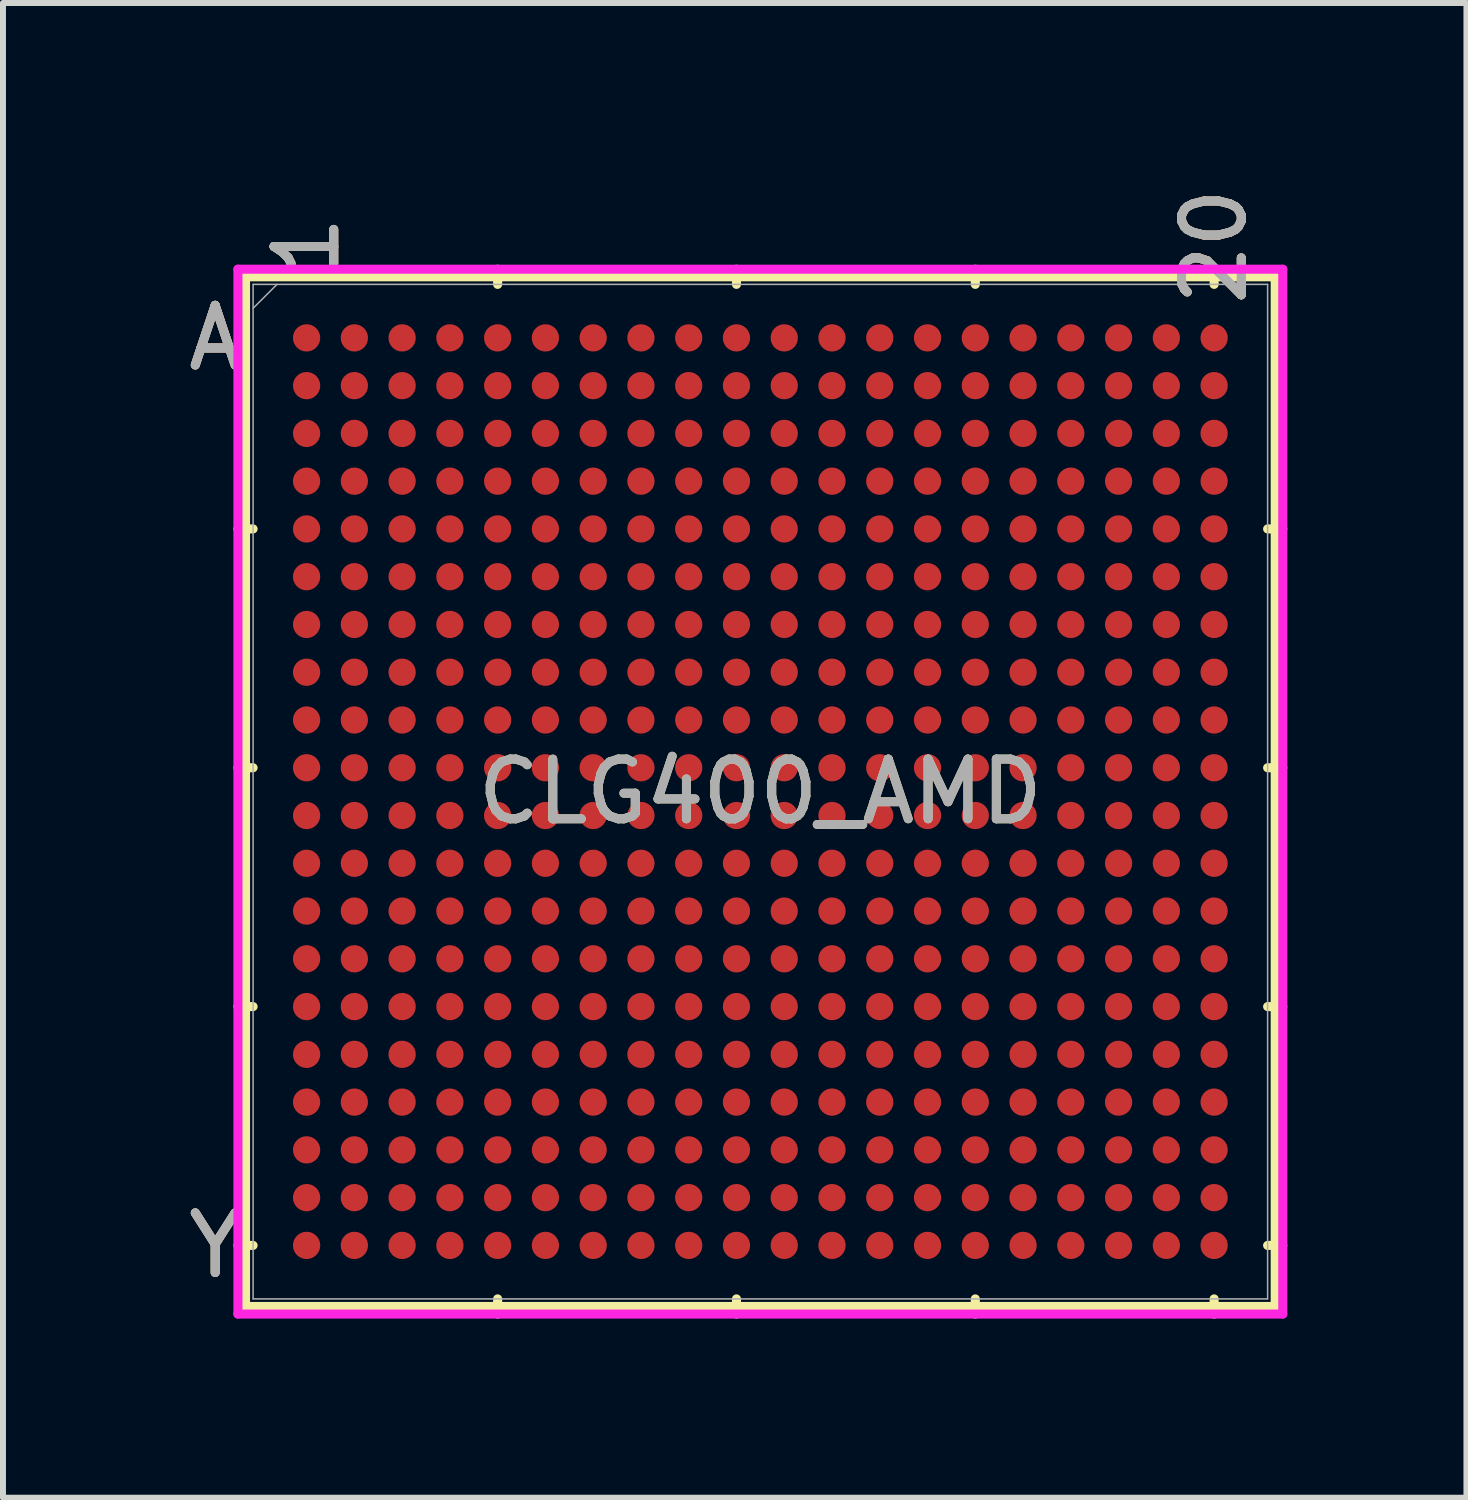
<source format=kicad_pcb>
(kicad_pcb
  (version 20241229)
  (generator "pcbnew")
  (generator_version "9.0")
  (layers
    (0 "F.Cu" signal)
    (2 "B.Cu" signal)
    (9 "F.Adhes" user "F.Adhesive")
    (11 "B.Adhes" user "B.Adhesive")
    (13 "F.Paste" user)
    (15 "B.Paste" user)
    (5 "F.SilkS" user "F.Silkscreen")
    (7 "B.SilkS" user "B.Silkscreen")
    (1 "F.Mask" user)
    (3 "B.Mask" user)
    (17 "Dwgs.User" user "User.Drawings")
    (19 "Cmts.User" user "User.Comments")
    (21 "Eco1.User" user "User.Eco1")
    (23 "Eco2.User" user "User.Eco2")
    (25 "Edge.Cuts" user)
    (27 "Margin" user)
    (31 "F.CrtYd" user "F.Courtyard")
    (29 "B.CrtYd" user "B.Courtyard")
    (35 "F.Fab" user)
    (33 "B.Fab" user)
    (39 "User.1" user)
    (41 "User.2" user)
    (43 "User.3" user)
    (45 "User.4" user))
  (footprint "CLG400_AMD"
    (layer "F.Cu")
    (at 9.685 10.209)
    (property "Reference" "CLG400_AMD" (at 0 0 0) (unlocked yes) (layer "F.SilkS") (effects (font (size 1 1) (thickness 0.15))))
    (attr smd)
    (fp_line (start -8.623 -8.623) (end -8.623 8.623) (stroke (width 0.152) (type solid)) (layer "F.SilkS"))
    (fp_line (start -8.623 8.623) (end 8.623 8.623) (stroke (width 0.152) (type solid)) (layer "F.SilkS"))
    (fp_line (start -8.496 -4.4) (end -8.75 -4.4) (stroke (width 0.152) (type solid)) (layer "F.SilkS"))
    (fp_line (start -8.496 -0.4) (end -8.75 -0.4) (stroke (width 0.152) (type solid)) (layer "F.SilkS"))
    (fp_line (start -8.496 3.6) (end -8.75 3.6) (stroke (width 0.152) (type solid)) (layer "F.SilkS"))
    (fp_line (start -8.496 7.6) (end -8.75 7.6) (stroke (width 0.152) (type solid)) (layer "F.SilkS"))
    (fp_line (start -4.4 -8.496) (end -4.4 -8.75) (stroke (width 0.152) (type solid)) (layer "F.SilkS"))
    (fp_line (start -4.4 8.496) (end -4.4 8.75) (stroke (width 0.152) (type solid)) (layer "F.SilkS"))
    (fp_line (start -0.4 -8.496) (end -0.4 -8.75) (stroke (width 0.152) (type solid)) (layer "F.SilkS"))
    (fp_line (start -0.4 8.496) (end -0.4 8.75) (stroke (width 0.152) (type solid)) (layer "F.SilkS"))
    (fp_line (start 3.6 -8.496) (end 3.6 -8.75) (stroke (width 0.152) (type solid)) (layer "F.SilkS"))
    (fp_line (start 3.6 8.496) (end 3.6 8.75) (stroke (width 0.152) (type solid)) (layer "F.SilkS"))
    (fp_line (start 7.6 -8.496) (end 7.6 -8.75) (stroke (width 0.152) (type solid)) (layer "F.SilkS"))
    (fp_line (start 7.6 8.496) (end 7.6 8.75) (stroke (width 0.152) (type solid)) (layer "F.SilkS"))
    (fp_line (start 8.496 -4.4) (end 8.75 -4.4) (stroke (width 0.152) (type solid)) (layer "F.SilkS"))
    (fp_line (start 8.496 -0.4) (end 8.75 -0.4) (stroke (width 0.152) (type solid)) (layer "F.SilkS"))
    (fp_line (start 8.496 3.6) (end 8.75 3.6) (stroke (width 0.152) (type solid)) (layer "F.SilkS"))
    (fp_line (start 8.496 7.6) (end 8.75 7.6) (stroke (width 0.152) (type solid)) (layer "F.SilkS"))
    (fp_line (start 8.623 -8.623) (end -8.623 -8.623) (stroke (width 0.152) (type solid)) (layer "F.SilkS"))
    (fp_line (start 8.623 8.623) (end 8.623 -8.623) (stroke (width 0.152) (type solid)) (layer "F.SilkS"))
    (fp_poly (pts (xy -8.444 -8.444) (xy 8.444 -8.444) (xy 8.444 8.444) (xy -8.444 8.444)) (stroke (width 0.1) (type solid)) (fill no) (layer "Eco2.User"))
    (fp_line (start -8.75 -8.75) (end 8.75 -8.75) (stroke (width 0.152) (type solid)) (layer "F.CrtYd"))
    (fp_line (start -8.75 8.75) (end -8.75 -8.75) (stroke (width 0.152) (type solid)) (layer "F.CrtYd"))
    (fp_line (start 8.75 -8.75) (end 8.75 8.75) (stroke (width 0.152) (type solid)) (layer "F.CrtYd"))
    (fp_line (start 8.75 8.75) (end -8.75 8.75) (stroke (width 0.152) (type solid)) (layer "F.CrtYd"))
    (fp_line (start -8.496 -8.496) (end -8.496 8.496) (stroke (width 0.025) (type solid)) (layer "F.Fab"))
    (fp_line (start -8.496 8.496) (end 8.496 8.496) (stroke (width 0.025) (type solid)) (layer "F.Fab"))
    (fp_line (start -8.096 -8.496) (end -8.496 -8.096) (stroke (width 0.025) (type solid)) (layer "F.Fab"))
    (fp_line (start 8.496 -8.496) (end -8.496 -8.496) (stroke (width 0.025) (type solid)) (layer "F.Fab"))
    (fp_line (start 8.496 8.496) (end 8.496 -8.496) (stroke (width 0.025) (type solid)) (layer "F.Fab"))
    (fp_text user "Y" (at -9.131 7.6 0) (unlocked yes) (layer "F.SilkS") (effects (font (size 1 1) (thickness 0.15))))
    (fp_text user "A" (at -9.131 -7.6 0) (unlocked yes) (layer "F.SilkS") (effects (font (size 1 1) (thickness 0.15))))
    (fp_text user "20" (at 7.6 -9.131 90) (unlocked yes) (layer "F.SilkS") (effects (font (size 1 1) (thickness 0.15))))
    (fp_text user "1" (at -7.6 -9.131 90) (unlocked yes) (layer "F.SilkS") (effects (font (size 1 1) (thickness 0.15))))
    (fp_text user "Y" (at -9.131 7.6 0) (unlocked yes) (layer "B.SilkS") (effects (font (size 1 1) (thickness 0.15))))
    (fp_text user "1" (at -7.6 -9.131 90) (unlocked yes) (layer "B.SilkS") (effects (font (size 1 1) (thickness 0.15))))
    (fp_text user "20" (at 7.6 -9.131 90) (unlocked yes) (layer "B.SilkS") (effects (font (size 1 1) (thickness 0.15))))
    (fp_text user "A" (at -9.131 -7.6 0) (unlocked yes) (layer "B.SilkS") (effects (font (size 1 1) (thickness 0.15))))
    (fp_text user "${REFERENCE}" (at 0 0 0) (unlocked yes) (layer "F.Fab") (effects (font (size 1 1) (thickness 0.15))))
    (fp_text user "A" (at -9.131 -7.6 0) (unlocked yes) (layer "F.Fab") (effects (font (size 1 1) (thickness 0.15))))
    (fp_text user "20" (at 7.6 -9.131 90) (unlocked yes) (layer "F.Fab") (effects (font (size 1 1) (thickness 0.15))))
    (fp_text user "Y" (at -9.131 7.6 0) (unlocked yes) (layer "F.Fab") (effects (font (size 1 1) (thickness 0.15))))
    (fp_text user "1" (at -7.6 -9.131 90) (unlocked yes) (layer "F.Fab") (effects (font (size 1 1) (thickness 0.15))))
    (pad "A1" smd circle (at -7.6 -7.6) (size 0.457 0.457) (layers "F.Cu" "F.Mask" "F.Paste"))
    (pad "A2" smd circle (at -6.8 -7.6) (size 0.457 0.457) (layers "F.Cu" "F.Mask" "F.Paste"))
    (pad "A3" smd circle (at -6 -7.6) (size 0.457 0.457) (layers "F.Cu" "F.Mask" "F.Paste"))
    (pad "A4" smd circle (at -5.2 -7.6) (size 0.457 0.457) (layers "F.Cu" "F.Mask" "F.Paste"))
    (pad "A5" smd circle (at -4.4 -7.6) (size 0.457 0.457) (layers "F.Cu" "F.Mask" "F.Paste"))
    (pad "A6" smd circle (at -3.6 -7.6) (size 0.457 0.457) (layers "F.Cu" "F.Mask" "F.Paste"))
    (pad "A7" smd circle (at -2.8 -7.6) (size 0.457 0.457) (layers "F.Cu" "F.Mask" "F.Paste"))
    (pad "A8" smd circle (at -2 -7.6) (size 0.457 0.457) (layers "F.Cu" "F.Mask" "F.Paste"))
    (pad "A9" smd circle (at -1.2 -7.6) (size 0.457 0.457) (layers "F.Cu" "F.Mask" "F.Paste"))
    (pad "A10" smd circle (at -0.4 -7.6) (size 0.457 0.457) (layers "F.Cu" "F.Mask" "F.Paste"))
    (pad "A11" smd circle (at 0.4 -7.6) (size 0.457 0.457) (layers "F.Cu" "F.Mask" "F.Paste"))
    (pad "A12" smd circle (at 1.2 -7.6) (size 0.457 0.457) (layers "F.Cu" "F.Mask" "F.Paste"))
    (pad "A13" smd circle (at 2 -7.6) (size 0.457 0.457) (layers "F.Cu" "F.Mask" "F.Paste"))
    (pad "A14" smd circle (at 2.8 -7.6) (size 0.457 0.457) (layers "F.Cu" "F.Mask" "F.Paste"))
    (pad "A15" smd circle (at 3.6 -7.6) (size 0.457 0.457) (layers "F.Cu" "F.Mask" "F.Paste"))
    (pad "A16" smd circle (at 4.4 -7.6) (size 0.457 0.457) (layers "F.Cu" "F.Mask" "F.Paste"))
    (pad "A17" smd circle (at 5.2 -7.6) (size 0.457 0.457) (layers "F.Cu" "F.Mask" "F.Paste"))
    (pad "A18" smd circle (at 6 -7.6) (size 0.457 0.457) (layers "F.Cu" "F.Mask" "F.Paste"))
    (pad "A19" smd circle (at 6.8 -7.6) (size 0.457 0.457) (layers "F.Cu" "F.Mask" "F.Paste"))
    (pad "A20" smd circle (at 7.6 -7.6) (size 0.457 0.457) (layers "F.Cu" "F.Mask" "F.Paste"))
    (pad "B1" smd circle (at -7.6 -6.8) (size 0.457 0.457) (layers "F.Cu" "F.Mask" "F.Paste"))
    (pad "B2" smd circle (at -6.8 -6.8) (size 0.457 0.457) (layers "F.Cu" "F.Mask" "F.Paste"))
    (pad "B3" smd circle (at -6 -6.8) (size 0.457 0.457) (layers "F.Cu" "F.Mask" "F.Paste"))
    (pad "B4" smd circle (at -5.2 -6.8) (size 0.457 0.457) (layers "F.Cu" "F.Mask" "F.Paste"))
    (pad "B5" smd circle (at -4.4 -6.8) (size 0.457 0.457) (layers "F.Cu" "F.Mask" "F.Paste"))
    (pad "B6" smd circle (at -3.6 -6.8) (size 0.457 0.457) (layers "F.Cu" "F.Mask" "F.Paste"))
    (pad "B7" smd circle (at -2.8 -6.8) (size 0.457 0.457) (layers "F.Cu" "F.Mask" "F.Paste"))
    (pad "B8" smd circle (at -2 -6.8) (size 0.457 0.457) (layers "F.Cu" "F.Mask" "F.Paste"))
    (pad "B9" smd circle (at -1.2 -6.8) (size 0.457 0.457) (layers "F.Cu" "F.Mask" "F.Paste"))
    (pad "B10" smd circle (at -0.4 -6.8) (size 0.457 0.457) (layers "F.Cu" "F.Mask" "F.Paste"))
    (pad "B11" smd circle (at 0.4 -6.8) (size 0.457 0.457) (layers "F.Cu" "F.Mask" "F.Paste"))
    (pad "B12" smd circle (at 1.2 -6.8) (size 0.457 0.457) (layers "F.Cu" "F.Mask" "F.Paste"))
    (pad "B13" smd circle (at 2 -6.8) (size 0.457 0.457) (layers "F.Cu" "F.Mask" "F.Paste"))
    (pad "B14" smd circle (at 2.8 -6.8) (size 0.457 0.457) (layers "F.Cu" "F.Mask" "F.Paste"))
    (pad "B15" smd circle (at 3.6 -6.8) (size 0.457 0.457) (layers "F.Cu" "F.Mask" "F.Paste"))
    (pad "B16" smd circle (at 4.4 -6.8) (size 0.457 0.457) (layers "F.Cu" "F.Mask" "F.Paste"))
    (pad "B17" smd circle (at 5.2 -6.8) (size 0.457 0.457) (layers "F.Cu" "F.Mask" "F.Paste"))
    (pad "B18" smd circle (at 6 -6.8) (size 0.457 0.457) (layers "F.Cu" "F.Mask" "F.Paste"))
    (pad "B19" smd circle (at 6.8 -6.8) (size 0.457 0.457) (layers "F.Cu" "F.Mask" "F.Paste"))
    (pad "B20" smd circle (at 7.6 -6.8) (size 0.457 0.457) (layers "F.Cu" "F.Mask" "F.Paste"))
    (pad "C1" smd circle (at -7.6 -6) (size 0.457 0.457) (layers "F.Cu" "F.Mask" "F.Paste"))
    (pad "C2" smd circle (at -6.8 -6) (size 0.457 0.457) (layers "F.Cu" "F.Mask" "F.Paste"))
    (pad "C3" smd circle (at -6 -6) (size 0.457 0.457) (layers "F.Cu" "F.Mask" "F.Paste"))
    (pad "C4" smd circle (at -5.2 -6) (size 0.457 0.457) (layers "F.Cu" "F.Mask" "F.Paste"))
    (pad "C5" smd circle (at -4.4 -6) (size 0.457 0.457) (layers "F.Cu" "F.Mask" "F.Paste"))
    (pad "C6" smd circle (at -3.6 -6) (size 0.457 0.457) (layers "F.Cu" "F.Mask" "F.Paste"))
    (pad "C7" smd circle (at -2.8 -6) (size 0.457 0.457) (layers "F.Cu" "F.Mask" "F.Paste"))
    (pad "C8" smd circle (at -2 -6) (size 0.457 0.457) (layers "F.Cu" "F.Mask" "F.Paste"))
    (pad "C9" smd circle (at -1.2 -6) (size 0.457 0.457) (layers "F.Cu" "F.Mask" "F.Paste"))
    (pad "C10" smd circle (at -0.4 -6) (size 0.457 0.457) (layers "F.Cu" "F.Mask" "F.Paste"))
    (pad "C11" smd circle (at 0.4 -6) (size 0.457 0.457) (layers "F.Cu" "F.Mask" "F.Paste"))
    (pad "C12" smd circle (at 1.2 -6) (size 0.457 0.457) (layers "F.Cu" "F.Mask" "F.Paste"))
    (pad "C13" smd circle (at 2 -6) (size 0.457 0.457) (layers "F.Cu" "F.Mask" "F.Paste"))
    (pad "C14" smd circle (at 2.8 -6) (size 0.457 0.457) (layers "F.Cu" "F.Mask" "F.Paste"))
    (pad "C15" smd circle (at 3.6 -6) (size 0.457 0.457) (layers "F.Cu" "F.Mask" "F.Paste"))
    (pad "C16" smd circle (at 4.4 -6) (size 0.457 0.457) (layers "F.Cu" "F.Mask" "F.Paste"))
    (pad "C17" smd circle (at 5.2 -6) (size 0.457 0.457) (layers "F.Cu" "F.Mask" "F.Paste"))
    (pad "C18" smd circle (at 6 -6) (size 0.457 0.457) (layers "F.Cu" "F.Mask" "F.Paste"))
    (pad "C19" smd circle (at 6.8 -6) (size 0.457 0.457) (layers "F.Cu" "F.Mask" "F.Paste"))
    (pad "C20" smd circle (at 7.6 -6) (size 0.457 0.457) (layers "F.Cu" "F.Mask" "F.Paste"))
    (pad "D1" smd circle (at -7.6 -5.2) (size 0.457 0.457) (layers "F.Cu" "F.Mask" "F.Paste"))
    (pad "D2" smd circle (at -6.8 -5.2) (size 0.457 0.457) (layers "F.Cu" "F.Mask" "F.Paste"))
    (pad "D3" smd circle (at -6 -5.2) (size 0.457 0.457) (layers "F.Cu" "F.Mask" "F.Paste"))
    (pad "D4" smd circle (at -5.2 -5.2) (size 0.457 0.457) (layers "F.Cu" "F.Mask" "F.Paste"))
    (pad "D5" smd circle (at -4.4 -5.2) (size 0.457 0.457) (layers "F.Cu" "F.Mask" "F.Paste"))
    (pad "D6" smd circle (at -3.6 -5.2) (size 0.457 0.457) (layers "F.Cu" "F.Mask" "F.Paste"))
    (pad "D7" smd circle (at -2.8 -5.2) (size 0.457 0.457) (layers "F.Cu" "F.Mask" "F.Paste"))
    (pad "D8" smd circle (at -2 -5.2) (size 0.457 0.457) (layers "F.Cu" "F.Mask" "F.Paste"))
    (pad "D9" smd circle (at -1.2 -5.2) (size 0.457 0.457) (layers "F.Cu" "F.Mask" "F.Paste"))
    (pad "D10" smd circle (at -0.4 -5.2) (size 0.457 0.457) (layers "F.Cu" "F.Mask" "F.Paste"))
    (pad "D11" smd circle (at 0.4 -5.2) (size 0.457 0.457) (layers "F.Cu" "F.Mask" "F.Paste"))
    (pad "D12" smd circle (at 1.2 -5.2) (size 0.457 0.457) (layers "F.Cu" "F.Mask" "F.Paste"))
    (pad "D13" smd circle (at 2 -5.2) (size 0.457 0.457) (layers "F.Cu" "F.Mask" "F.Paste"))
    (pad "D14" smd circle (at 2.8 -5.2) (size 0.457 0.457) (layers "F.Cu" "F.Mask" "F.Paste"))
    (pad "D15" smd circle (at 3.6 -5.2) (size 0.457 0.457) (layers "F.Cu" "F.Mask" "F.Paste"))
    (pad "D16" smd circle (at 4.4 -5.2) (size 0.457 0.457) (layers "F.Cu" "F.Mask" "F.Paste"))
    (pad "D17" smd circle (at 5.2 -5.2) (size 0.457 0.457) (layers "F.Cu" "F.Mask" "F.Paste"))
    (pad "D18" smd circle (at 6 -5.2) (size 0.457 0.457) (layers "F.Cu" "F.Mask" "F.Paste"))
    (pad "D19" smd circle (at 6.8 -5.2) (size 0.457 0.457) (layers "F.Cu" "F.Mask" "F.Paste"))
    (pad "D20" smd circle (at 7.6 -5.2) (size 0.457 0.457) (layers "F.Cu" "F.Mask" "F.Paste"))
    (pad "E1" smd circle (at -7.6 -4.4) (size 0.457 0.457) (layers "F.Cu" "F.Mask" "F.Paste"))
    (pad "E2" smd circle (at -6.8 -4.4) (size 0.457 0.457) (layers "F.Cu" "F.Mask" "F.Paste"))
    (pad "E3" smd circle (at -6 -4.4) (size 0.457 0.457) (layers "F.Cu" "F.Mask" "F.Paste"))
    (pad "E4" smd circle (at -5.2 -4.4) (size 0.457 0.457) (layers "F.Cu" "F.Mask" "F.Paste"))
    (pad "E5" smd circle (at -4.4 -4.4) (size 0.457 0.457) (layers "F.Cu" "F.Mask" "F.Paste"))
    (pad "E6" smd circle (at -3.6 -4.4) (size 0.457 0.457) (layers "F.Cu" "F.Mask" "F.Paste"))
    (pad "E7" smd circle (at -2.8 -4.4) (size 0.457 0.457) (layers "F.Cu" "F.Mask" "F.Paste"))
    (pad "E8" smd circle (at -2 -4.4) (size 0.457 0.457) (layers "F.Cu" "F.Mask" "F.Paste"))
    (pad "E9" smd circle (at -1.2 -4.4) (size 0.457 0.457) (layers "F.Cu" "F.Mask" "F.Paste"))
    (pad "E10" smd circle (at -0.4 -4.4) (size 0.457 0.457) (layers "F.Cu" "F.Mask" "F.Paste"))
    (pad "E11" smd circle (at 0.4 -4.4) (size 0.457 0.457) (layers "F.Cu" "F.Mask" "F.Paste"))
    (pad "E12" smd circle (at 1.2 -4.4) (size 0.457 0.457) (layers "F.Cu" "F.Mask" "F.Paste"))
    (pad "E13" smd circle (at 2 -4.4) (size 0.457 0.457) (layers "F.Cu" "F.Mask" "F.Paste"))
    (pad "E14" smd circle (at 2.8 -4.4) (size 0.457 0.457) (layers "F.Cu" "F.Mask" "F.Paste"))
    (pad "E15" smd circle (at 3.6 -4.4) (size 0.457 0.457) (layers "F.Cu" "F.Mask" "F.Paste"))
    (pad "E16" smd circle (at 4.4 -4.4) (size 0.457 0.457) (layers "F.Cu" "F.Mask" "F.Paste"))
    (pad "E17" smd circle (at 5.2 -4.4) (size 0.457 0.457) (layers "F.Cu" "F.Mask" "F.Paste"))
    (pad "E18" smd circle (at 6 -4.4) (size 0.457 0.457) (layers "F.Cu" "F.Mask" "F.Paste"))
    (pad "E19" smd circle (at 6.8 -4.4) (size 0.457 0.457) (layers "F.Cu" "F.Mask" "F.Paste"))
    (pad "E20" smd circle (at 7.6 -4.4) (size 0.457 0.457) (layers "F.Cu" "F.Mask" "F.Paste"))
    (pad "F1" smd circle (at -7.6 -3.6) (size 0.457 0.457) (layers "F.Cu" "F.Mask" "F.Paste"))
    (pad "F2" smd circle (at -6.8 -3.6) (size 0.457 0.457) (layers "F.Cu" "F.Mask" "F.Paste"))
    (pad "F3" smd circle (at -6 -3.6) (size 0.457 0.457) (layers "F.Cu" "F.Mask" "F.Paste"))
    (pad "F4" smd circle (at -5.2 -3.6) (size 0.457 0.457) (layers "F.Cu" "F.Mask" "F.Paste"))
    (pad "F5" smd circle (at -4.4 -3.6) (size 0.457 0.457) (layers "F.Cu" "F.Mask" "F.Paste"))
    (pad "F6" smd circle (at -3.6 -3.6) (size 0.457 0.457) (layers "F.Cu" "F.Mask" "F.Paste"))
    (pad "F7" smd circle (at -2.8 -3.6) (size 0.457 0.457) (layers "F.Cu" "F.Mask" "F.Paste"))
    (pad "F8" smd circle (at -2 -3.6) (size 0.457 0.457) (layers "F.Cu" "F.Mask" "F.Paste"))
    (pad "F9" smd circle (at -1.2 -3.6) (size 0.457 0.457) (layers "F.Cu" "F.Mask" "F.Paste"))
    (pad "F10" smd circle (at -0.4 -3.6) (size 0.457 0.457) (layers "F.Cu" "F.Mask" "F.Paste"))
    (pad "F11" smd circle (at 0.4 -3.6) (size 0.457 0.457) (layers "F.Cu" "F.Mask" "F.Paste"))
    (pad "F12" smd circle (at 1.2 -3.6) (size 0.457 0.457) (layers "F.Cu" "F.Mask" "F.Paste"))
    (pad "F13" smd circle (at 2 -3.6) (size 0.457 0.457) (layers "F.Cu" "F.Mask" "F.Paste"))
    (pad "F14" smd circle (at 2.8 -3.6) (size 0.457 0.457) (layers "F.Cu" "F.Mask" "F.Paste"))
    (pad "F15" smd circle (at 3.6 -3.6) (size 0.457 0.457) (layers "F.Cu" "F.Mask" "F.Paste"))
    (pad "F16" smd circle (at 4.4 -3.6) (size 0.457 0.457) (layers "F.Cu" "F.Mask" "F.Paste"))
    (pad "F17" smd circle (at 5.2 -3.6) (size 0.457 0.457) (layers "F.Cu" "F.Mask" "F.Paste"))
    (pad "F18" smd circle (at 6 -3.6) (size 0.457 0.457) (layers "F.Cu" "F.Mask" "F.Paste"))
    (pad "F19" smd circle (at 6.8 -3.6) (size 0.457 0.457) (layers "F.Cu" "F.Mask" "F.Paste"))
    (pad "F20" smd circle (at 7.6 -3.6) (size 0.457 0.457) (layers "F.Cu" "F.Mask" "F.Paste"))
    (pad "G1" smd circle (at -7.6 -2.8) (size 0.457 0.457) (layers "F.Cu" "F.Mask" "F.Paste"))
    (pad "G2" smd circle (at -6.8 -2.8) (size 0.457 0.457) (layers "F.Cu" "F.Mask" "F.Paste"))
    (pad "G3" smd circle (at -6 -2.8) (size 0.457 0.457) (layers "F.Cu" "F.Mask" "F.Paste"))
    (pad "G4" smd circle (at -5.2 -2.8) (size 0.457 0.457) (layers "F.Cu" "F.Mask" "F.Paste"))
    (pad "G5" smd circle (at -4.4 -2.8) (size 0.457 0.457) (layers "F.Cu" "F.Mask" "F.Paste"))
    (pad "G6" smd circle (at -3.6 -2.8) (size 0.457 0.457) (layers "F.Cu" "F.Mask" "F.Paste"))
    (pad "G7" smd circle (at -2.8 -2.8) (size 0.457 0.457) (layers "F.Cu" "F.Mask" "F.Paste"))
    (pad "G8" smd circle (at -2 -2.8) (size 0.457 0.457) (layers "F.Cu" "F.Mask" "F.Paste"))
    (pad "G9" smd circle (at -1.2 -2.8) (size 0.457 0.457) (layers "F.Cu" "F.Mask" "F.Paste"))
    (pad "G10" smd circle (at -0.4 -2.8) (size 0.457 0.457) (layers "F.Cu" "F.Mask" "F.Paste"))
    (pad "G11" smd circle (at 0.4 -2.8) (size 0.457 0.457) (layers "F.Cu" "F.Mask" "F.Paste"))
    (pad "G12" smd circle (at 1.2 -2.8) (size 0.457 0.457) (layers "F.Cu" "F.Mask" "F.Paste"))
    (pad "G13" smd circle (at 2 -2.8) (size 0.457 0.457) (layers "F.Cu" "F.Mask" "F.Paste"))
    (pad "G14" smd circle (at 2.8 -2.8) (size 0.457 0.457) (layers "F.Cu" "F.Mask" "F.Paste"))
    (pad "G15" smd circle (at 3.6 -2.8) (size 0.457 0.457) (layers "F.Cu" "F.Mask" "F.Paste"))
    (pad "G16" smd circle (at 4.4 -2.8) (size 0.457 0.457) (layers "F.Cu" "F.Mask" "F.Paste"))
    (pad "G17" smd circle (at 5.2 -2.8) (size 0.457 0.457) (layers "F.Cu" "F.Mask" "F.Paste"))
    (pad "G18" smd circle (at 6 -2.8) (size 0.457 0.457) (layers "F.Cu" "F.Mask" "F.Paste"))
    (pad "G19" smd circle (at 6.8 -2.8) (size 0.457 0.457) (layers "F.Cu" "F.Mask" "F.Paste"))
    (pad "G20" smd circle (at 7.6 -2.8) (size 0.457 0.457) (layers "F.Cu" "F.Mask" "F.Paste"))
    (pad "H1" smd circle (at -7.6 -2) (size 0.457 0.457) (layers "F.Cu" "F.Mask" "F.Paste"))
    (pad "H2" smd circle (at -6.8 -2) (size 0.457 0.457) (layers "F.Cu" "F.Mask" "F.Paste"))
    (pad "H3" smd circle (at -6 -2) (size 0.457 0.457) (layers "F.Cu" "F.Mask" "F.Paste"))
    (pad "H4" smd circle (at -5.2 -2) (size 0.457 0.457) (layers "F.Cu" "F.Mask" "F.Paste"))
    (pad "H5" smd circle (at -4.4 -2) (size 0.457 0.457) (layers "F.Cu" "F.Mask" "F.Paste"))
    (pad "H6" smd circle (at -3.6 -2) (size 0.457 0.457) (layers "F.Cu" "F.Mask" "F.Paste"))
    (pad "H7" smd circle (at -2.8 -2) (size 0.457 0.457) (layers "F.Cu" "F.Mask" "F.Paste"))
    (pad "H8" smd circle (at -2 -2) (size 0.457 0.457) (layers "F.Cu" "F.Mask" "F.Paste"))
    (pad "H9" smd circle (at -1.2 -2) (size 0.457 0.457) (layers "F.Cu" "F.Mask" "F.Paste"))
    (pad "H10" smd circle (at -0.4 -2) (size 0.457 0.457) (layers "F.Cu" "F.Mask" "F.Paste"))
    (pad "H11" smd circle (at 0.4 -2) (size 0.457 0.457) (layers "F.Cu" "F.Mask" "F.Paste"))
    (pad "H12" smd circle (at 1.2 -2) (size 0.457 0.457) (layers "F.Cu" "F.Mask" "F.Paste"))
    (pad "H13" smd circle (at 2 -2) (size 0.457 0.457) (layers "F.Cu" "F.Mask" "F.Paste"))
    (pad "H14" smd circle (at 2.8 -2) (size 0.457 0.457) (layers "F.Cu" "F.Mask" "F.Paste"))
    (pad "H15" smd circle (at 3.6 -2) (size 0.457 0.457) (layers "F.Cu" "F.Mask" "F.Paste"))
    (pad "H16" smd circle (at 4.4 -2) (size 0.457 0.457) (layers "F.Cu" "F.Mask" "F.Paste"))
    (pad "H17" smd circle (at 5.2 -2) (size 0.457 0.457) (layers "F.Cu" "F.Mask" "F.Paste"))
    (pad "H18" smd circle (at 6 -2) (size 0.457 0.457) (layers "F.Cu" "F.Mask" "F.Paste"))
    (pad "H19" smd circle (at 6.8 -2) (size 0.457 0.457) (layers "F.Cu" "F.Mask" "F.Paste"))
    (pad "H20" smd circle (at 7.6 -2) (size 0.457 0.457) (layers "F.Cu" "F.Mask" "F.Paste"))
    (pad "J1" smd circle (at -7.6 -1.2) (size 0.457 0.457) (layers "F.Cu" "F.Mask" "F.Paste"))
    (pad "J2" smd circle (at -6.8 -1.2) (size 0.457 0.457) (layers "F.Cu" "F.Mask" "F.Paste"))
    (pad "J3" smd circle (at -6 -1.2) (size 0.457 0.457) (layers "F.Cu" "F.Mask" "F.Paste"))
    (pad "J4" smd circle (at -5.2 -1.2) (size 0.457 0.457) (layers "F.Cu" "F.Mask" "F.Paste"))
    (pad "J5" smd circle (at -4.4 -1.2) (size 0.457 0.457) (layers "F.Cu" "F.Mask" "F.Paste"))
    (pad "J6" smd circle (at -3.6 -1.2) (size 0.457 0.457) (layers "F.Cu" "F.Mask" "F.Paste"))
    (pad "J7" smd circle (at -2.8 -1.2) (size 0.457 0.457) (layers "F.Cu" "F.Mask" "F.Paste"))
    (pad "J8" smd circle (at -2 -1.2) (size 0.457 0.457) (layers "F.Cu" "F.Mask" "F.Paste"))
    (pad "J9" smd circle (at -1.2 -1.2) (size 0.457 0.457) (layers "F.Cu" "F.Mask" "F.Paste"))
    (pad "J10" smd circle (at -0.4 -1.2) (size 0.457 0.457) (layers "F.Cu" "F.Mask" "F.Paste"))
    (pad "J11" smd circle (at 0.4 -1.2) (size 0.457 0.457) (layers "F.Cu" "F.Mask" "F.Paste"))
    (pad "J12" smd circle (at 1.2 -1.2) (size 0.457 0.457) (layers "F.Cu" "F.Mask" "F.Paste"))
    (pad "J13" smd circle (at 2 -1.2) (size 0.457 0.457) (layers "F.Cu" "F.Mask" "F.Paste"))
    (pad "J14" smd circle (at 2.8 -1.2) (size 0.457 0.457) (layers "F.Cu" "F.Mask" "F.Paste"))
    (pad "J15" smd circle (at 3.6 -1.2) (size 0.457 0.457) (layers "F.Cu" "F.Mask" "F.Paste"))
    (pad "J16" smd circle (at 4.4 -1.2) (size 0.457 0.457) (layers "F.Cu" "F.Mask" "F.Paste"))
    (pad "J17" smd circle (at 5.2 -1.2) (size 0.457 0.457) (layers "F.Cu" "F.Mask" "F.Paste"))
    (pad "J18" smd circle (at 6 -1.2) (size 0.457 0.457) (layers "F.Cu" "F.Mask" "F.Paste"))
    (pad "J19" smd circle (at 6.8 -1.2) (size 0.457 0.457) (layers "F.Cu" "F.Mask" "F.Paste"))
    (pad "J20" smd circle (at 7.6 -1.2) (size 0.457 0.457) (layers "F.Cu" "F.Mask" "F.Paste"))
    (pad "K1" smd circle (at -7.6 -0.4) (size 0.457 0.457) (layers "F.Cu" "F.Mask" "F.Paste"))
    (pad "K2" smd circle (at -6.8 -0.4) (size 0.457 0.457) (layers "F.Cu" "F.Mask" "F.Paste"))
    (pad "K3" smd circle (at -6 -0.4) (size 0.457 0.457) (layers "F.Cu" "F.Mask" "F.Paste"))
    (pad "K4" smd circle (at -5.2 -0.4) (size 0.457 0.457) (layers "F.Cu" "F.Mask" "F.Paste"))
    (pad "K5" smd circle (at -4.4 -0.4) (size 0.457 0.457) (layers "F.Cu" "F.Mask" "F.Paste"))
    (pad "K6" smd circle (at -3.6 -0.4) (size 0.457 0.457) (layers "F.Cu" "F.Mask" "F.Paste"))
    (pad "K7" smd circle (at -2.8 -0.4) (size 0.457 0.457) (layers "F.Cu" "F.Mask" "F.Paste"))
    (pad "K8" smd circle (at -2 -0.4) (size 0.457 0.457) (layers "F.Cu" "F.Mask" "F.Paste"))
    (pad "K9" smd circle (at -1.2 -0.4) (size 0.457 0.457) (layers "F.Cu" "F.Mask" "F.Paste"))
    (pad "K10" smd circle (at -0.4 -0.4) (size 0.457 0.457) (layers "F.Cu" "F.Mask" "F.Paste"))
    (pad "K11" smd circle (at 0.4 -0.4) (size 0.457 0.457) (layers "F.Cu" "F.Mask" "F.Paste"))
    (pad "K12" smd circle (at 1.2 -0.4) (size 0.457 0.457) (layers "F.Cu" "F.Mask" "F.Paste"))
    (pad "K13" smd circle (at 2 -0.4) (size 0.457 0.457) (layers "F.Cu" "F.Mask" "F.Paste"))
    (pad "K14" smd circle (at 2.8 -0.4) (size 0.457 0.457) (layers "F.Cu" "F.Mask" "F.Paste"))
    (pad "K15" smd circle (at 3.6 -0.4) (size 0.457 0.457) (layers "F.Cu" "F.Mask" "F.Paste"))
    (pad "K16" smd circle (at 4.4 -0.4) (size 0.457 0.457) (layers "F.Cu" "F.Mask" "F.Paste"))
    (pad "K17" smd circle (at 5.2 -0.4) (size 0.457 0.457) (layers "F.Cu" "F.Mask" "F.Paste"))
    (pad "K18" smd circle (at 6 -0.4) (size 0.457 0.457) (layers "F.Cu" "F.Mask" "F.Paste"))
    (pad "K19" smd circle (at 6.8 -0.4) (size 0.457 0.457) (layers "F.Cu" "F.Mask" "F.Paste"))
    (pad "K20" smd circle (at 7.6 -0.4) (size 0.457 0.457) (layers "F.Cu" "F.Mask" "F.Paste"))
    (pad "L1" smd circle (at -7.6 0.4) (size 0.457 0.457) (layers "F.Cu" "F.Mask" "F.Paste"))
    (pad "L2" smd circle (at -6.8 0.4) (size 0.457 0.457) (layers "F.Cu" "F.Mask" "F.Paste"))
    (pad "L3" smd circle (at -6 0.4) (size 0.457 0.457) (layers "F.Cu" "F.Mask" "F.Paste"))
    (pad "L4" smd circle (at -5.2 0.4) (size 0.457 0.457) (layers "F.Cu" "F.Mask" "F.Paste"))
    (pad "L5" smd circle (at -4.4 0.4) (size 0.457 0.457) (layers "F.Cu" "F.Mask" "F.Paste"))
    (pad "L6" smd circle (at -3.6 0.4) (size 0.457 0.457) (layers "F.Cu" "F.Mask" "F.Paste"))
    (pad "L7" smd circle (at -2.8 0.4) (size 0.457 0.457) (layers "F.Cu" "F.Mask" "F.Paste"))
    (pad "L8" smd circle (at -2 0.4) (size 0.457 0.457) (layers "F.Cu" "F.Mask" "F.Paste"))
    (pad "L9" smd circle (at -1.2 0.4) (size 0.457 0.457) (layers "F.Cu" "F.Mask" "F.Paste"))
    (pad "L10" smd circle (at -0.4 0.4) (size 0.457 0.457) (layers "F.Cu" "F.Mask" "F.Paste"))
    (pad "L11" smd circle (at 0.4 0.4) (size 0.457 0.457) (layers "F.Cu" "F.Mask" "F.Paste"))
    (pad "L12" smd circle (at 1.2 0.4) (size 0.457 0.457) (layers "F.Cu" "F.Mask" "F.Paste"))
    (pad "L13" smd circle (at 2 0.4) (size 0.457 0.457) (layers "F.Cu" "F.Mask" "F.Paste"))
    (pad "L14" smd circle (at 2.8 0.4) (size 0.457 0.457) (layers "F.Cu" "F.Mask" "F.Paste"))
    (pad "L15" smd circle (at 3.6 0.4) (size 0.457 0.457) (layers "F.Cu" "F.Mask" "F.Paste"))
    (pad "L16" smd circle (at 4.4 0.4) (size 0.457 0.457) (layers "F.Cu" "F.Mask" "F.Paste"))
    (pad "L17" smd circle (at 5.2 0.4) (size 0.457 0.457) (layers "F.Cu" "F.Mask" "F.Paste"))
    (pad "L18" smd circle (at 6 0.4) (size 0.457 0.457) (layers "F.Cu" "F.Mask" "F.Paste"))
    (pad "L19" smd circle (at 6.8 0.4) (size 0.457 0.457) (layers "F.Cu" "F.Mask" "F.Paste"))
    (pad "L20" smd circle (at 7.6 0.4) (size 0.457 0.457) (layers "F.Cu" "F.Mask" "F.Paste"))
    (pad "M1" smd circle (at -7.6 1.2) (size 0.457 0.457) (layers "F.Cu" "F.Mask" "F.Paste"))
    (pad "M2" smd circle (at -6.8 1.2) (size 0.457 0.457) (layers "F.Cu" "F.Mask" "F.Paste"))
    (pad "M3" smd circle (at -6 1.2) (size 0.457 0.457) (layers "F.Cu" "F.Mask" "F.Paste"))
    (pad "M4" smd circle (at -5.2 1.2) (size 0.457 0.457) (layers "F.Cu" "F.Mask" "F.Paste"))
    (pad "M5" smd circle (at -4.4 1.2) (size 0.457 0.457) (layers "F.Cu" "F.Mask" "F.Paste"))
    (pad "M6" smd circle (at -3.6 1.2) (size 0.457 0.457) (layers "F.Cu" "F.Mask" "F.Paste"))
    (pad "M7" smd circle (at -2.8 1.2) (size 0.457 0.457) (layers "F.Cu" "F.Mask" "F.Paste"))
    (pad "M8" smd circle (at -2 1.2) (size 0.457 0.457) (layers "F.Cu" "F.Mask" "F.Paste"))
    (pad "M9" smd circle (at -1.2 1.2) (size 0.457 0.457) (layers "F.Cu" "F.Mask" "F.Paste"))
    (pad "M10" smd circle (at -0.4 1.2) (size 0.457 0.457) (layers "F.Cu" "F.Mask" "F.Paste"))
    (pad "M11" smd circle (at 0.4 1.2) (size 0.457 0.457) (layers "F.Cu" "F.Mask" "F.Paste"))
    (pad "M12" smd circle (at 1.2 1.2) (size 0.457 0.457) (layers "F.Cu" "F.Mask" "F.Paste"))
    (pad "M13" smd circle (at 2 1.2) (size 0.457 0.457) (layers "F.Cu" "F.Mask" "F.Paste"))
    (pad "M14" smd circle (at 2.8 1.2) (size 0.457 0.457) (layers "F.Cu" "F.Mask" "F.Paste"))
    (pad "M15" smd circle (at 3.6 1.2) (size 0.457 0.457) (layers "F.Cu" "F.Mask" "F.Paste"))
    (pad "M16" smd circle (at 4.4 1.2) (size 0.457 0.457) (layers "F.Cu" "F.Mask" "F.Paste"))
    (pad "M17" smd circle (at 5.2 1.2) (size 0.457 0.457) (layers "F.Cu" "F.Mask" "F.Paste"))
    (pad "M18" smd circle (at 6 1.2) (size 0.457 0.457) (layers "F.Cu" "F.Mask" "F.Paste"))
    (pad "M19" smd circle (at 6.8 1.2) (size 0.457 0.457) (layers "F.Cu" "F.Mask" "F.Paste"))
    (pad "M20" smd circle (at 7.6 1.2) (size 0.457 0.457) (layers "F.Cu" "F.Mask" "F.Paste"))
    (pad "N1" smd circle (at -7.6 2) (size 0.457 0.457) (layers "F.Cu" "F.Mask" "F.Paste"))
    (pad "N2" smd circle (at -6.8 2) (size 0.457 0.457) (layers "F.Cu" "F.Mask" "F.Paste"))
    (pad "N3" smd circle (at -6 2) (size 0.457 0.457) (layers "F.Cu" "F.Mask" "F.Paste"))
    (pad "N4" smd circle (at -5.2 2) (size 0.457 0.457) (layers "F.Cu" "F.Mask" "F.Paste"))
    (pad "N5" smd circle (at -4.4 2) (size 0.457 0.457) (layers "F.Cu" "F.Mask" "F.Paste"))
    (pad "N6" smd circle (at -3.6 2) (size 0.457 0.457) (layers "F.Cu" "F.Mask" "F.Paste"))
    (pad "N7" smd circle (at -2.8 2) (size 0.457 0.457) (layers "F.Cu" "F.Mask" "F.Paste"))
    (pad "N8" smd circle (at -2 2) (size 0.457 0.457) (layers "F.Cu" "F.Mask" "F.Paste"))
    (pad "N9" smd circle (at -1.2 2) (size 0.457 0.457) (layers "F.Cu" "F.Mask" "F.Paste"))
    (pad "N10" smd circle (at -0.4 2) (size 0.457 0.457) (layers "F.Cu" "F.Mask" "F.Paste"))
    (pad "N11" smd circle (at 0.4 2) (size 0.457 0.457) (layers "F.Cu" "F.Mask" "F.Paste"))
    (pad "N12" smd circle (at 1.2 2) (size 0.457 0.457) (layers "F.Cu" "F.Mask" "F.Paste"))
    (pad "N13" smd circle (at 2 2) (size 0.457 0.457) (layers "F.Cu" "F.Mask" "F.Paste"))
    (pad "N14" smd circle (at 2.8 2) (size 0.457 0.457) (layers "F.Cu" "F.Mask" "F.Paste"))
    (pad "N15" smd circle (at 3.6 2) (size 0.457 0.457) (layers "F.Cu" "F.Mask" "F.Paste"))
    (pad "N16" smd circle (at 4.4 2) (size 0.457 0.457) (layers "F.Cu" "F.Mask" "F.Paste"))
    (pad "N17" smd circle (at 5.2 2) (size 0.457 0.457) (layers "F.Cu" "F.Mask" "F.Paste"))
    (pad "N18" smd circle (at 6 2) (size 0.457 0.457) (layers "F.Cu" "F.Mask" "F.Paste"))
    (pad "N19" smd circle (at 6.8 2) (size 0.457 0.457) (layers "F.Cu" "F.Mask" "F.Paste"))
    (pad "N20" smd circle (at 7.6 2) (size 0.457 0.457) (layers "F.Cu" "F.Mask" "F.Paste"))
    (pad "P1" smd circle (at -7.6 2.8) (size 0.457 0.457) (layers "F.Cu" "F.Mask" "F.Paste"))
    (pad "P2" smd circle (at -6.8 2.8) (size 0.457 0.457) (layers "F.Cu" "F.Mask" "F.Paste"))
    (pad "P3" smd circle (at -6 2.8) (size 0.457 0.457) (layers "F.Cu" "F.Mask" "F.Paste"))
    (pad "P4" smd circle (at -5.2 2.8) (size 0.457 0.457) (layers "F.Cu" "F.Mask" "F.Paste"))
    (pad "P5" smd circle (at -4.4 2.8) (size 0.457 0.457) (layers "F.Cu" "F.Mask" "F.Paste"))
    (pad "P6" smd circle (at -3.6 2.8) (size 0.457 0.457) (layers "F.Cu" "F.Mask" "F.Paste"))
    (pad "P7" smd circle (at -2.8 2.8) (size 0.457 0.457) (layers "F.Cu" "F.Mask" "F.Paste"))
    (pad "P8" smd circle (at -2 2.8) (size 0.457 0.457) (layers "F.Cu" "F.Mask" "F.Paste"))
    (pad "P9" smd circle (at -1.2 2.8) (size 0.457 0.457) (layers "F.Cu" "F.Mask" "F.Paste"))
    (pad "P10" smd circle (at -0.4 2.8) (size 0.457 0.457) (layers "F.Cu" "F.Mask" "F.Paste"))
    (pad "P11" smd circle (at 0.4 2.8) (size 0.457 0.457) (layers "F.Cu" "F.Mask" "F.Paste"))
    (pad "P12" smd circle (at 1.2 2.8) (size 0.457 0.457) (layers "F.Cu" "F.Mask" "F.Paste"))
    (pad "P13" smd circle (at 2 2.8) (size 0.457 0.457) (layers "F.Cu" "F.Mask" "F.Paste"))
    (pad "P14" smd circle (at 2.8 2.8) (size 0.457 0.457) (layers "F.Cu" "F.Mask" "F.Paste"))
    (pad "P15" smd circle (at 3.6 2.8) (size 0.457 0.457) (layers "F.Cu" "F.Mask" "F.Paste"))
    (pad "P16" smd circle (at 4.4 2.8) (size 0.457 0.457) (layers "F.Cu" "F.Mask" "F.Paste"))
    (pad "P17" smd circle (at 5.2 2.8) (size 0.457 0.457) (layers "F.Cu" "F.Mask" "F.Paste"))
    (pad "P18" smd circle (at 6 2.8) (size 0.457 0.457) (layers "F.Cu" "F.Mask" "F.Paste"))
    (pad "P19" smd circle (at 6.8 2.8) (size 0.457 0.457) (layers "F.Cu" "F.Mask" "F.Paste"))
    (pad "P20" smd circle (at 7.6 2.8) (size 0.457 0.457) (layers "F.Cu" "F.Mask" "F.Paste"))
    (pad "R1" smd circle (at -7.6 3.6) (size 0.457 0.457) (layers "F.Cu" "F.Mask" "F.Paste"))
    (pad "R2" smd circle (at -6.8 3.6) (size 0.457 0.457) (layers "F.Cu" "F.Mask" "F.Paste"))
    (pad "R3" smd circle (at -6 3.6) (size 0.457 0.457) (layers "F.Cu" "F.Mask" "F.Paste"))
    (pad "R4" smd circle (at -5.2 3.6) (size 0.457 0.457) (layers "F.Cu" "F.Mask" "F.Paste"))
    (pad "R5" smd circle (at -4.4 3.6) (size 0.457 0.457) (layers "F.Cu" "F.Mask" "F.Paste"))
    (pad "R6" smd circle (at -3.6 3.6) (size 0.457 0.457) (layers "F.Cu" "F.Mask" "F.Paste"))
    (pad "R7" smd circle (at -2.8 3.6) (size 0.457 0.457) (layers "F.Cu" "F.Mask" "F.Paste"))
    (pad "R8" smd circle (at -2 3.6) (size 0.457 0.457) (layers "F.Cu" "F.Mask" "F.Paste"))
    (pad "R9" smd circle (at -1.2 3.6) (size 0.457 0.457) (layers "F.Cu" "F.Mask" "F.Paste"))
    (pad "R10" smd circle (at -0.4 3.6) (size 0.457 0.457) (layers "F.Cu" "F.Mask" "F.Paste"))
    (pad "R11" smd circle (at 0.4 3.6) (size 0.457 0.457) (layers "F.Cu" "F.Mask" "F.Paste"))
    (pad "R12" smd circle (at 1.2 3.6) (size 0.457 0.457) (layers "F.Cu" "F.Mask" "F.Paste"))
    (pad "R13" smd circle (at 2 3.6) (size 0.457 0.457) (layers "F.Cu" "F.Mask" "F.Paste"))
    (pad "R14" smd circle (at 2.8 3.6) (size 0.457 0.457) (layers "F.Cu" "F.Mask" "F.Paste"))
    (pad "R15" smd circle (at 3.6 3.6) (size 0.457 0.457) (layers "F.Cu" "F.Mask" "F.Paste"))
    (pad "R16" smd circle (at 4.4 3.6) (size 0.457 0.457) (layers "F.Cu" "F.Mask" "F.Paste"))
    (pad "R17" smd circle (at 5.2 3.6) (size 0.457 0.457) (layers "F.Cu" "F.Mask" "F.Paste"))
    (pad "R18" smd circle (at 6 3.6) (size 0.457 0.457) (layers "F.Cu" "F.Mask" "F.Paste"))
    (pad "R19" smd circle (at 6.8 3.6) (size 0.457 0.457) (layers "F.Cu" "F.Mask" "F.Paste"))
    (pad "R20" smd circle (at 7.6 3.6) (size 0.457 0.457) (layers "F.Cu" "F.Mask" "F.Paste"))
    (pad "T1" smd circle (at -7.6 4.4) (size 0.457 0.457) (layers "F.Cu" "F.Mask" "F.Paste"))
    (pad "T2" smd circle (at -6.8 4.4) (size 0.457 0.457) (layers "F.Cu" "F.Mask" "F.Paste"))
    (pad "T3" smd circle (at -6 4.4) (size 0.457 0.457) (layers "F.Cu" "F.Mask" "F.Paste"))
    (pad "T4" smd circle (at -5.2 4.4) (size 0.457 0.457) (layers "F.Cu" "F.Mask" "F.Paste"))
    (pad "T5" smd circle (at -4.4 4.4) (size 0.457 0.457) (layers "F.Cu" "F.Mask" "F.Paste"))
    (pad "T6" smd circle (at -3.6 4.4) (size 0.457 0.457) (layers "F.Cu" "F.Mask" "F.Paste"))
    (pad "T7" smd circle (at -2.8 4.4) (size 0.457 0.457) (layers "F.Cu" "F.Mask" "F.Paste"))
    (pad "T8" smd circle (at -2 4.4) (size 0.457 0.457) (layers "F.Cu" "F.Mask" "F.Paste"))
    (pad "T9" smd circle (at -1.2 4.4) (size 0.457 0.457) (layers "F.Cu" "F.Mask" "F.Paste"))
    (pad "T10" smd circle (at -0.4 4.4) (size 0.457 0.457) (layers "F.Cu" "F.Mask" "F.Paste"))
    (pad "T11" smd circle (at 0.4 4.4) (size 0.457 0.457) (layers "F.Cu" "F.Mask" "F.Paste"))
    (pad "T12" smd circle (at 1.2 4.4) (size 0.457 0.457) (layers "F.Cu" "F.Mask" "F.Paste"))
    (pad "T13" smd circle (at 2 4.4) (size 0.457 0.457) (layers "F.Cu" "F.Mask" "F.Paste"))
    (pad "T14" smd circle (at 2.8 4.4) (size 0.457 0.457) (layers "F.Cu" "F.Mask" "F.Paste"))
    (pad "T15" smd circle (at 3.6 4.4) (size 0.457 0.457) (layers "F.Cu" "F.Mask" "F.Paste"))
    (pad "T16" smd circle (at 4.4 4.4) (size 0.457 0.457) (layers "F.Cu" "F.Mask" "F.Paste"))
    (pad "T17" smd circle (at 5.2 4.4) (size 0.457 0.457) (layers "F.Cu" "F.Mask" "F.Paste"))
    (pad "T18" smd circle (at 6 4.4) (size 0.457 0.457) (layers "F.Cu" "F.Mask" "F.Paste"))
    (pad "T19" smd circle (at 6.8 4.4) (size 0.457 0.457) (layers "F.Cu" "F.Mask" "F.Paste"))
    (pad "T20" smd circle (at 7.6 4.4) (size 0.457 0.457) (layers "F.Cu" "F.Mask" "F.Paste"))
    (pad "U1" smd circle (at -7.6 5.2) (size 0.457 0.457) (layers "F.Cu" "F.Mask" "F.Paste"))
    (pad "U2" smd circle (at -6.8 5.2) (size 0.457 0.457) (layers "F.Cu" "F.Mask" "F.Paste"))
    (pad "U3" smd circle (at -6 5.2) (size 0.457 0.457) (layers "F.Cu" "F.Mask" "F.Paste"))
    (pad "U4" smd circle (at -5.2 5.2) (size 0.457 0.457) (layers "F.Cu" "F.Mask" "F.Paste"))
    (pad "U5" smd circle (at -4.4 5.2) (size 0.457 0.457) (layers "F.Cu" "F.Mask" "F.Paste"))
    (pad "U6" smd circle (at -3.6 5.2) (size 0.457 0.457) (layers "F.Cu" "F.Mask" "F.Paste"))
    (pad "U7" smd circle (at -2.8 5.2) (size 0.457 0.457) (layers "F.Cu" "F.Mask" "F.Paste"))
    (pad "U8" smd circle (at -2 5.2) (size 0.457 0.457) (layers "F.Cu" "F.Mask" "F.Paste"))
    (pad "U9" smd circle (at -1.2 5.2) (size 0.457 0.457) (layers "F.Cu" "F.Mask" "F.Paste"))
    (pad "U10" smd circle (at -0.4 5.2) (size 0.457 0.457) (layers "F.Cu" "F.Mask" "F.Paste"))
    (pad "U11" smd circle (at 0.4 5.2) (size 0.457 0.457) (layers "F.Cu" "F.Mask" "F.Paste"))
    (pad "U12" smd circle (at 1.2 5.2) (size 0.457 0.457) (layers "F.Cu" "F.Mask" "F.Paste"))
    (pad "U13" smd circle (at 2 5.2) (size 0.457 0.457) (layers "F.Cu" "F.Mask" "F.Paste"))
    (pad "U14" smd circle (at 2.8 5.2) (size 0.457 0.457) (layers "F.Cu" "F.Mask" "F.Paste"))
    (pad "U15" smd circle (at 3.6 5.2) (size 0.457 0.457) (layers "F.Cu" "F.Mask" "F.Paste"))
    (pad "U16" smd circle (at 4.4 5.2) (size 0.457 0.457) (layers "F.Cu" "F.Mask" "F.Paste"))
    (pad "U17" smd circle (at 5.2 5.2) (size 0.457 0.457) (layers "F.Cu" "F.Mask" "F.Paste"))
    (pad "U18" smd circle (at 6 5.2) (size 0.457 0.457) (layers "F.Cu" "F.Mask" "F.Paste"))
    (pad "U19" smd circle (at 6.8 5.2) (size 0.457 0.457) (layers "F.Cu" "F.Mask" "F.Paste"))
    (pad "U20" smd circle (at 7.6 5.2) (size 0.457 0.457) (layers "F.Cu" "F.Mask" "F.Paste"))
    (pad "V1" smd circle (at -7.6 6) (size 0.457 0.457) (layers "F.Cu" "F.Mask" "F.Paste"))
    (pad "V2" smd circle (at -6.8 6) (size 0.457 0.457) (layers "F.Cu" "F.Mask" "F.Paste"))
    (pad "V3" smd circle (at -6 6) (size 0.457 0.457) (layers "F.Cu" "F.Mask" "F.Paste"))
    (pad "V4" smd circle (at -5.2 6) (size 0.457 0.457) (layers "F.Cu" "F.Mask" "F.Paste"))
    (pad "V5" smd circle (at -4.4 6) (size 0.457 0.457) (layers "F.Cu" "F.Mask" "F.Paste"))
    (pad "V6" smd circle (at -3.6 6) (size 0.457 0.457) (layers "F.Cu" "F.Mask" "F.Paste"))
    (pad "V7" smd circle (at -2.8 6) (size 0.457 0.457) (layers "F.Cu" "F.Mask" "F.Paste"))
    (pad "V8" smd circle (at -2 6) (size 0.457 0.457) (layers "F.Cu" "F.Mask" "F.Paste"))
    (pad "V9" smd circle (at -1.2 6) (size 0.457 0.457) (layers "F.Cu" "F.Mask" "F.Paste"))
    (pad "V10" smd circle (at -0.4 6) (size 0.457 0.457) (layers "F.Cu" "F.Mask" "F.Paste"))
    (pad "V11" smd circle (at 0.4 6) (size 0.457 0.457) (layers "F.Cu" "F.Mask" "F.Paste"))
    (pad "V12" smd circle (at 1.2 6) (size 0.457 0.457) (layers "F.Cu" "F.Mask" "F.Paste"))
    (pad "V13" smd circle (at 2 6) (size 0.457 0.457) (layers "F.Cu" "F.Mask" "F.Paste"))
    (pad "V14" smd circle (at 2.8 6) (size 0.457 0.457) (layers "F.Cu" "F.Mask" "F.Paste"))
    (pad "V15" smd circle (at 3.6 6) (size 0.457 0.457) (layers "F.Cu" "F.Mask" "F.Paste"))
    (pad "V16" smd circle (at 4.4 6) (size 0.457 0.457) (layers "F.Cu" "F.Mask" "F.Paste"))
    (pad "V17" smd circle (at 5.2 6) (size 0.457 0.457) (layers "F.Cu" "F.Mask" "F.Paste"))
    (pad "V18" smd circle (at 6 6) (size 0.457 0.457) (layers "F.Cu" "F.Mask" "F.Paste"))
    (pad "V19" smd circle (at 6.8 6) (size 0.457 0.457) (layers "F.Cu" "F.Mask" "F.Paste"))
    (pad "V20" smd circle (at 7.6 6) (size 0.457 0.457) (layers "F.Cu" "F.Mask" "F.Paste"))
    (pad "W1" smd circle (at -7.6 6.8) (size 0.457 0.457) (layers "F.Cu" "F.Mask" "F.Paste"))
    (pad "W2" smd circle (at -6.8 6.8) (size 0.457 0.457) (layers "F.Cu" "F.Mask" "F.Paste"))
    (pad "W3" smd circle (at -6 6.8) (size 0.457 0.457) (layers "F.Cu" "F.Mask" "F.Paste"))
    (pad "W4" smd circle (at -5.2 6.8) (size 0.457 0.457) (layers "F.Cu" "F.Mask" "F.Paste"))
    (pad "W5" smd circle (at -4.4 6.8) (size 0.457 0.457) (layers "F.Cu" "F.Mask" "F.Paste"))
    (pad "W6" smd circle (at -3.6 6.8) (size 0.457 0.457) (layers "F.Cu" "F.Mask" "F.Paste"))
    (pad "W7" smd circle (at -2.8 6.8) (size 0.457 0.457) (layers "F.Cu" "F.Mask" "F.Paste"))
    (pad "W8" smd circle (at -2 6.8) (size 0.457 0.457) (layers "F.Cu" "F.Mask" "F.Paste"))
    (pad "W9" smd circle (at -1.2 6.8) (size 0.457 0.457) (layers "F.Cu" "F.Mask" "F.Paste"))
    (pad "W10" smd circle (at -0.4 6.8) (size 0.457 0.457) (layers "F.Cu" "F.Mask" "F.Paste"))
    (pad "W11" smd circle (at 0.4 6.8) (size 0.457 0.457) (layers "F.Cu" "F.Mask" "F.Paste"))
    (pad "W12" smd circle (at 1.2 6.8) (size 0.457 0.457) (layers "F.Cu" "F.Mask" "F.Paste"))
    (pad "W13" smd circle (at 2 6.8) (size 0.457 0.457) (layers "F.Cu" "F.Mask" "F.Paste"))
    (pad "W14" smd circle (at 2.8 6.8) (size 0.457 0.457) (layers "F.Cu" "F.Mask" "F.Paste"))
    (pad "W15" smd circle (at 3.6 6.8) (size 0.457 0.457) (layers "F.Cu" "F.Mask" "F.Paste"))
    (pad "W16" smd circle (at 4.4 6.8) (size 0.457 0.457) (layers "F.Cu" "F.Mask" "F.Paste"))
    (pad "W17" smd circle (at 5.2 6.8) (size 0.457 0.457) (layers "F.Cu" "F.Mask" "F.Paste"))
    (pad "W18" smd circle (at 6 6.8) (size 0.457 0.457) (layers "F.Cu" "F.Mask" "F.Paste"))
    (pad "W19" smd circle (at 6.8 6.8) (size 0.457 0.457) (layers "F.Cu" "F.Mask" "F.Paste"))
    (pad "W20" smd circle (at 7.6 6.8) (size 0.457 0.457) (layers "F.Cu" "F.Mask" "F.Paste"))
    (pad "Y1" smd circle (at -7.6 7.6) (size 0.457 0.457) (layers "F.Cu" "F.Mask" "F.Paste"))
    (pad "Y2" smd circle (at -6.8 7.6) (size 0.457 0.457) (layers "F.Cu" "F.Mask" "F.Paste"))
    (pad "Y3" smd circle (at -6 7.6) (size 0.457 0.457) (layers "F.Cu" "F.Mask" "F.Paste"))
    (pad "Y4" smd circle (at -5.2 7.6) (size 0.457 0.457) (layers "F.Cu" "F.Mask" "F.Paste"))
    (pad "Y5" smd circle (at -4.4 7.6) (size 0.457 0.457) (layers "F.Cu" "F.Mask" "F.Paste"))
    (pad "Y6" smd circle (at -3.6 7.6) (size 0.457 0.457) (layers "F.Cu" "F.Mask" "F.Paste"))
    (pad "Y7" smd circle (at -2.8 7.6) (size 0.457 0.457) (layers "F.Cu" "F.Mask" "F.Paste"))
    (pad "Y8" smd circle (at -2 7.6) (size 0.457 0.457) (layers "F.Cu" "F.Mask" "F.Paste"))
    (pad "Y9" smd circle (at -1.2 7.6) (size 0.457 0.457) (layers "F.Cu" "F.Mask" "F.Paste"))
    (pad "Y10" smd circle (at -0.4 7.6) (size 0.457 0.457) (layers "F.Cu" "F.Mask" "F.Paste"))
    (pad "Y11" smd circle (at 0.4 7.6) (size 0.457 0.457) (layers "F.Cu" "F.Mask" "F.Paste"))
    (pad "Y12" smd circle (at 1.2 7.6) (size 0.457 0.457) (layers "F.Cu" "F.Mask" "F.Paste"))
    (pad "Y13" smd circle (at 2 7.6) (size 0.457 0.457) (layers "F.Cu" "F.Mask" "F.Paste"))
    (pad "Y14" smd circle (at 2.8 7.6) (size 0.457 0.457) (layers "F.Cu" "F.Mask" "F.Paste"))
    (pad "Y15" smd circle (at 3.6 7.6) (size 0.457 0.457) (layers "F.Cu" "F.Mask" "F.Paste"))
    (pad "Y16" smd circle (at 4.4 7.6) (size 0.457 0.457) (layers "F.Cu" "F.Mask" "F.Paste"))
    (pad "Y17" smd circle (at 5.2 7.6) (size 0.457 0.457) (layers "F.Cu" "F.Mask" "F.Paste"))
    (pad "Y18" smd circle (at 6 7.6) (size 0.457 0.457) (layers "F.Cu" "F.Mask" "F.Paste"))
    (pad "Y19" smd circle (at 6.8 7.6) (size 0.457 0.457) (layers "F.Cu" "F.Mask" "F.Paste"))
    (pad "Y20" smd circle (at 7.6 7.6) (size 0.457 0.457) (layers "F.Cu" "F.Mask" "F.Paste")))
  (gr_rect
    (start -3 -3)
    (end 21.511 22.035)
    (stroke (width 0.1) (type default))
    (fill no)
    (layer "Edge.Cuts")))
</source>
